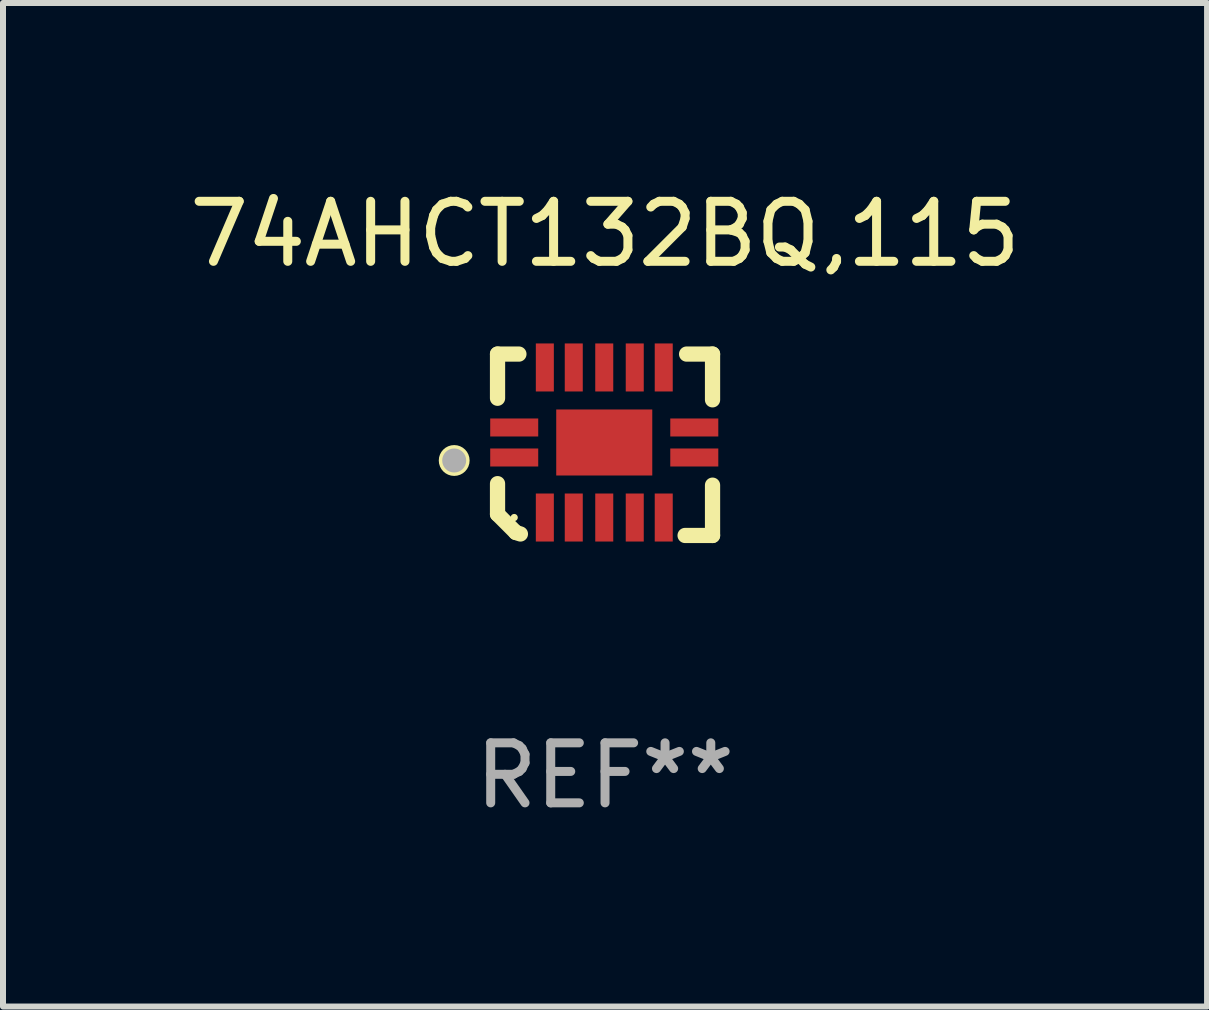
<source format=kicad_pcb>
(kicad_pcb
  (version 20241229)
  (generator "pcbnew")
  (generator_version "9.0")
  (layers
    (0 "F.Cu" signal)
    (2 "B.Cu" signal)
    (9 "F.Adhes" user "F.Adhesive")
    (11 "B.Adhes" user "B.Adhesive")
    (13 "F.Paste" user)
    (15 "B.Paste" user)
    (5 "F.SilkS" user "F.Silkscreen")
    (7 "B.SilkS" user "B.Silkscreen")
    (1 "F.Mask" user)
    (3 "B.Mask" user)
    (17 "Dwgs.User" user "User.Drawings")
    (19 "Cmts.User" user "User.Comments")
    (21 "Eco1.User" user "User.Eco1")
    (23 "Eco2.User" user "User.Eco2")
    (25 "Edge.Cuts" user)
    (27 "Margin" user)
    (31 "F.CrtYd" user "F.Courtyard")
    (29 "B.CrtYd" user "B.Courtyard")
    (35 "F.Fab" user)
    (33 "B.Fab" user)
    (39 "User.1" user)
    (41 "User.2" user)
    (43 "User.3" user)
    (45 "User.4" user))
  (footprint "74AHCT132BQ,115"
    (layer "F.Cu")
    (at 7.03 4.36)
    (property "Reference" "74AHCT132BQ,115" (at 0 -3.511 0) (layer "F.SilkS") (effects (font (size 1 1) (thickness 0.15))))
    (attr through_hole)
    (fp_line (start -1.791 -1.511) (end -1.435 -1.511) (stroke (width 0.254) (type solid)) (layer "F.SilkS"))
    (fp_line (start -1.791 -0.775) (end -1.791 -1.511) (stroke (width 0.254) (type solid)) (layer "F.SilkS"))
    (fp_line (start -1.791 1.156) (end -1.791 0.648) (stroke (width 0.254) (type solid)) (layer "F.SilkS"))
    (fp_line (start -1.486 1.461) (end -1.791 1.156) (stroke (width 0.254) (type solid)) (layer "F.SilkS"))
    (fp_line (start -1.41 1.486) (end -1.486 1.461) (stroke (width 0.254) (type solid)) (layer "F.SilkS"))
    (fp_line (start 1.334 1.511) (end 1.791 1.511) (stroke (width 0.254) (type solid)) (layer "F.SilkS"))
    (fp_line (start 1.791 -1.511) (end 1.359 -1.511) (stroke (width 0.254) (type solid)) (layer "F.SilkS"))
    (fp_line (start 1.791 -0.749) (end 1.791 -1.511) (stroke (width 0.254) (type solid)) (layer "F.SilkS"))
    (fp_line (start 1.791 1.511) (end 1.791 0.673) (stroke (width 0.254) (type solid)) (layer "F.SilkS"))
    (fp_circle (center -2.513 0.262) (end -2.383 0.262) (stroke (width 0.254) (type solid)) (fill no) (layer "F.SilkS"))
    (fp_circle (center -1.513 1.212) (end -1.483 1.212) (stroke (width 0.06) (type solid)) (fill no) (layer "F.SilkS"))
    (fp_circle (center -2.513 0.262) (end -2.413 0.262) (stroke (width 0.2) (type solid)) (fill no) (layer "F.Fab"))
    (fp_text user "REF**" (at 0 5.511 0) (layer "F.Fab") (effects (font (size 1 1) (thickness 0.15))))
    (pad "1" smd rect (at -1.513 0.212) (size 0.8 0.3) (layers "F.Cu" "F.Mask" "F.Paste"))
    (pad "2" smd rect (at -1.003 1.212) (size 0.3 0.8) (layers "F.Cu" "F.Mask" "F.Paste"))
    (pad "3" smd rect (at -0.521 1.212) (size 0.3 0.8) (layers "F.Cu" "F.Mask" "F.Paste"))
    (pad "4" smd rect (at -0.013 1.212) (size 0.3 0.8) (layers "F.Cu" "F.Mask" "F.Paste"))
    (pad "5" smd rect (at 0.495 1.212) (size 0.3 0.8) (layers "F.Cu" "F.Mask" "F.Paste"))
    (pad "6" smd rect (at 0.978 1.212) (size 0.3 0.8) (layers "F.Cu" "F.Mask" "F.Paste"))
    (pad "7" smd rect (at 1.487 0.212) (size 0.8 0.3) (layers "F.Cu" "F.Mask" "F.Paste"))
    (pad "8" smd rect (at 1.487 -0.288) (size 0.8 0.3) (layers "F.Cu" "F.Mask" "F.Paste"))
    (pad "9" smd rect (at 0.978 -1.288) (size 0.3 0.8) (layers "F.Cu" "F.Mask" "F.Paste"))
    (pad "10" smd rect (at 0.495 -1.288) (size 0.3 0.8) (layers "F.Cu" "F.Mask" "F.Paste"))
    (pad "11" smd rect (at -0.013 -1.288) (size 0.3 0.8) (layers "F.Cu" "F.Mask" "F.Paste"))
    (pad "12" smd rect (at -0.521 -1.288) (size 0.3 0.8) (layers "F.Cu" "F.Mask" "F.Paste"))
    (pad "13" smd rect (at -1.003 -1.288) (size 0.3 0.8) (layers "F.Cu" "F.Mask" "F.Paste"))
    (pad "14" smd rect (at -1.513 -0.288) (size 0.8 0.3) (layers "F.Cu" "F.Mask" "F.Paste"))
    (pad "15" smd rect (at -0.013 -0.038 90) (size 1.1 1.6) (layers "F.Cu" "F.Mask" "F.Paste")))
  (gr_rect
    (start -3 -3)
    (end 17.06 13.719)
    (stroke (width 0.1) (type default))
    (fill no)
    (layer "Edge.Cuts")))
</source>
